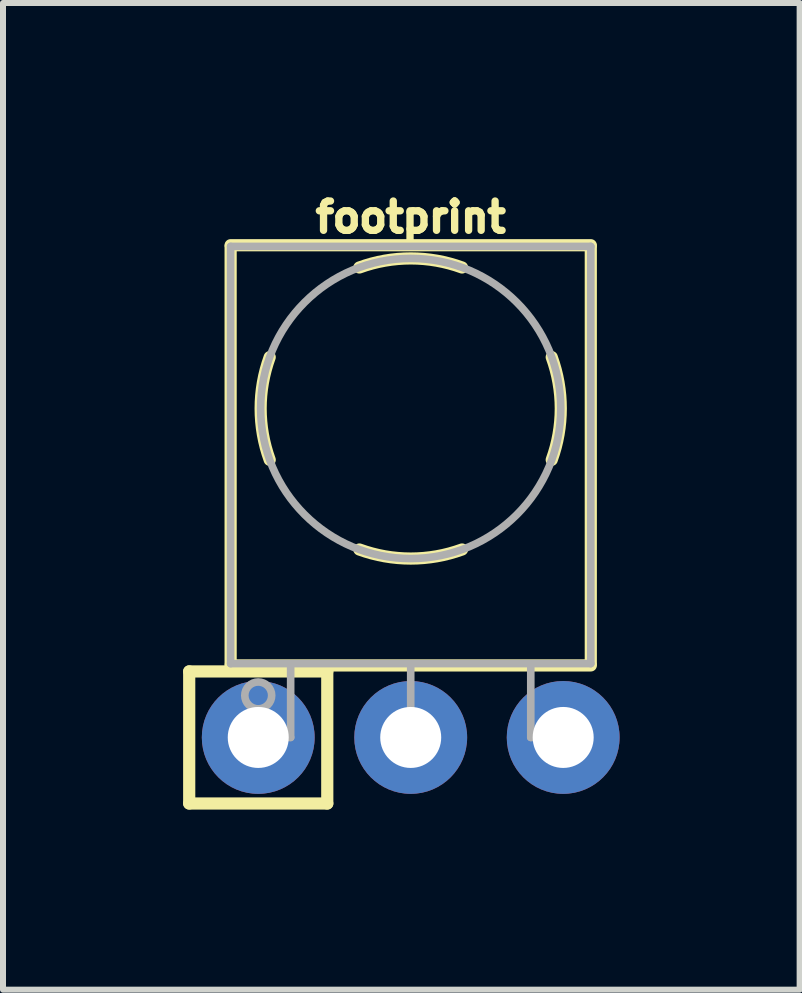
<source format=kicad_pcb>
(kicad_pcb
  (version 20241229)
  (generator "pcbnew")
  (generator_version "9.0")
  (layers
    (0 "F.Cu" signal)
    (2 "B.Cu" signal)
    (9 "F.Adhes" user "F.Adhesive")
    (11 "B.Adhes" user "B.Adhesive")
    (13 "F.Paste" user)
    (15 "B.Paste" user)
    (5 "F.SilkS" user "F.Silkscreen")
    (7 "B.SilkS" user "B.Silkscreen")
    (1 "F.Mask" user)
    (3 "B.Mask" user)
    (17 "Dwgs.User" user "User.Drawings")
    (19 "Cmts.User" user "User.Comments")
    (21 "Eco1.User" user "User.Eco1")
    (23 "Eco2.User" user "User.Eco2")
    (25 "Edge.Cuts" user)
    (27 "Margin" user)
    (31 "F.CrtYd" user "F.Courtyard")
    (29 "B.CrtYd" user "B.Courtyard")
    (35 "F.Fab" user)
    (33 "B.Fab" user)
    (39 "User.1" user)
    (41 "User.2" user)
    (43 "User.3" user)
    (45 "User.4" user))
  (footprint "footprint"
    (layer "F.Cu")
    (at 3.792 9.235)
    (property "Reference" "footprint" (at 0 -8.382 0) (layer "F.SilkS") (effects (font (size 0.488 0.488) (thickness 0.122)) (justify bottom)))
    (fp_line (start -3.69 -1.1) (end -3.69 1.1) (stroke (width 0.203) (type solid)) (layer "F.SilkS"))
    (fp_line (start -3 -8.2) (end 3 -8.2) (stroke (width 0.203) (type solid)) (layer "F.SilkS"))
    (fp_line (start -3 -8.18) (end -3 -1.23) (stroke (width 0.203) (type solid)) (layer "F.SilkS"))
    (fp_line (start -3 -1.2) (end 3 -1.2) (stroke (width 0.203) (type solid)) (layer "F.SilkS"))
    (fp_line (start -1.39 -1.1) (end -3.69 -1.1) (stroke (width 0.203) (type solid)) (layer "F.SilkS"))
    (fp_line (start -1.39 -1.1) (end -1.39 1.1) (stroke (width 0.203) (type solid)) (layer "F.SilkS"))
    (fp_line (start -1.39 1.1) (end -3.69 1.1) (stroke (width 0.203) (type solid)) (layer "F.SilkS"))
    (fp_line (start 3 -8.18) (end 3 -1.23) (stroke (width 0.203) (type solid)) (layer "F.SilkS"))
    (fp_arc (start -2.349231 -4.62495) (mid -2.499999 -5.48) (end -2.349231 -6.33505) (stroke (width 0.2032) (type solid)) (layer "F.SilkS"))
    (fp_arc (start -0.85505 -7.829231) (mid 0 -7.979999) (end 0.85505 -7.829231) (stroke (width 0.2032) (type solid)) (layer "F.SilkS"))
    (fp_arc (start 0.85505 -3.130768) (mid 0 -2.98) (end -0.85505 -3.130768) (stroke (width 0.2032) (type solid)) (layer "F.SilkS"))
    (fp_arc (start 2.349231 -6.33505) (mid 2.499999 -5.48) (end 2.349231 -4.62495) (stroke (width 0.2032) (type solid)) (layer "F.SilkS"))
    (fp_line (start -3 -8.18) (end -3 -1.23) (stroke (width 0.127) (type solid)) (layer "F.Fab"))
    (fp_line (start -3 -8.18) (end 3 -8.18) (stroke (width 0.127) (type solid)) (layer "F.Fab"))
    (fp_line (start -3 -1.23) (end 3 -1.23) (stroke (width 0.127) (type solid)) (layer "F.Fab"))
    (fp_line (start -2.5 0) (end -2 0) (stroke (width 0.127) (type solid)) (layer "F.Fab"))
    (fp_line (start -2 0) (end -2 -1.2) (stroke (width 0.127) (type solid)) (layer "F.Fab"))
    (fp_line (start 0 -1.2) (end 0 0) (stroke (width 0.127) (type solid)) (layer "F.Fab"))
    (fp_line (start 2 0) (end 2 -1.2) (stroke (width 0.127) (type solid)) (layer "F.Fab"))
    (fp_line (start 2.5 0) (end 2 0) (stroke (width 0.127) (type solid)) (layer "F.Fab"))
    (fp_line (start 3 -8.18) (end 3 -1.23) (stroke (width 0.127) (type solid)) (layer "F.Fab"))
    (fp_circle (center -2.54 -0.7) (end -2.316 -0.7) (stroke (width 0.127) (type solid)) (fill no) (layer "F.Fab"))
    (fp_circle (center 0 -5.48) (end 2.5 -5.48) (stroke (width 0.127) (type solid)) (fill no) (layer "F.Fab"))
    (fp_poly (pts (xy -2.794 0.254) (xy -2.286 0.254) (xy -2.286 -0.254) (xy -2.794 -0.254)) (stroke (width 0.1) (type solid)) (fill no) (layer "F.Fab"))
    (fp_poly (pts (xy -0.254 0.254) (xy 0.254 0.254) (xy 0.254 -0.254) (xy -0.254 -0.254)) (stroke (width 0.1) (type solid)) (fill no) (layer "F.Fab"))
    (fp_poly (pts (xy 2.286 0.254) (xy 2.794 0.254) (xy 2.794 -0.254) (xy 2.286 -0.254)) (stroke (width 0.1) (type solid)) (fill no) (layer "F.Fab"))
    (pad "1" thru_hole circle (at -2.54 0 90) (size 1.88 1.88) (drill 1.016) (layers "*.Cu" "*.Mask"))
    (pad "2" thru_hole circle (at 0 0 90) (size 1.88 1.88) (drill 1.016) (layers "*.Cu" "*.Mask"))
    (pad "3" thru_hole circle (at 2.54 0 90) (size 1.88 1.88) (drill 1.016) (layers "*.Cu" "*.Mask")))
  (gr_rect
    (start -3 -3)
    (end 10.271 13.437)
    (stroke (width 0.1) (type default))
    (fill no)
    (layer "Edge.Cuts")))
</source>
